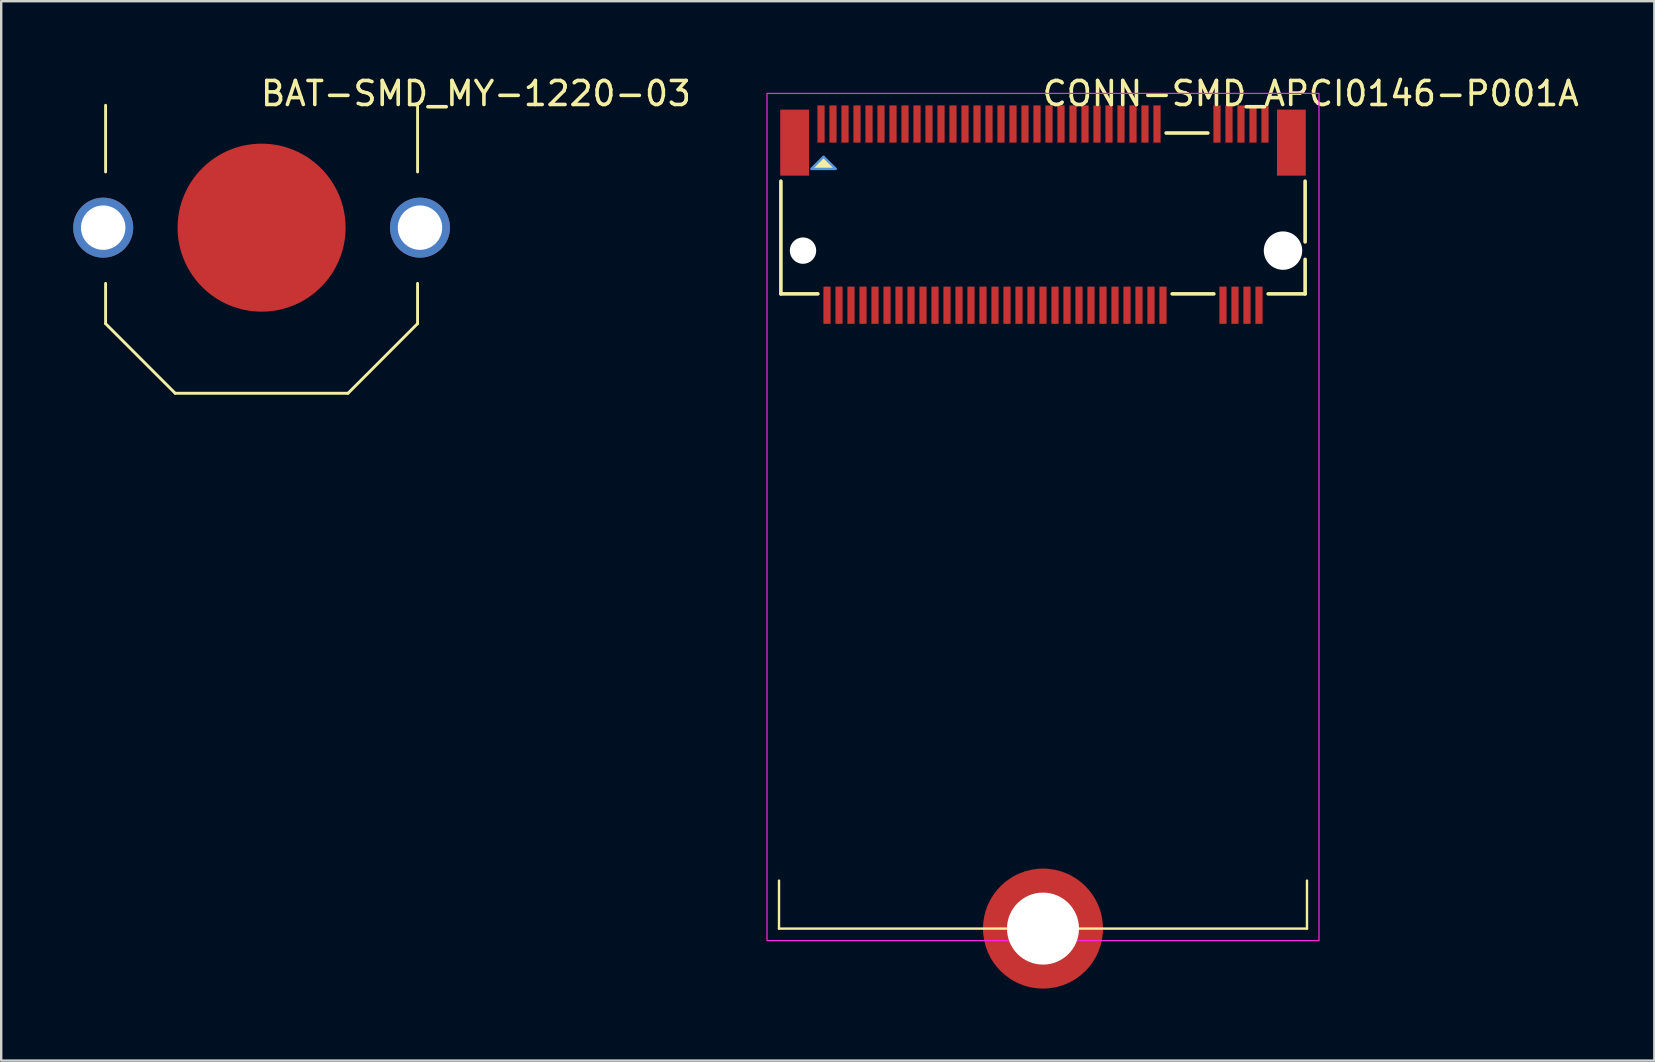
<source format=kicad_pcb>
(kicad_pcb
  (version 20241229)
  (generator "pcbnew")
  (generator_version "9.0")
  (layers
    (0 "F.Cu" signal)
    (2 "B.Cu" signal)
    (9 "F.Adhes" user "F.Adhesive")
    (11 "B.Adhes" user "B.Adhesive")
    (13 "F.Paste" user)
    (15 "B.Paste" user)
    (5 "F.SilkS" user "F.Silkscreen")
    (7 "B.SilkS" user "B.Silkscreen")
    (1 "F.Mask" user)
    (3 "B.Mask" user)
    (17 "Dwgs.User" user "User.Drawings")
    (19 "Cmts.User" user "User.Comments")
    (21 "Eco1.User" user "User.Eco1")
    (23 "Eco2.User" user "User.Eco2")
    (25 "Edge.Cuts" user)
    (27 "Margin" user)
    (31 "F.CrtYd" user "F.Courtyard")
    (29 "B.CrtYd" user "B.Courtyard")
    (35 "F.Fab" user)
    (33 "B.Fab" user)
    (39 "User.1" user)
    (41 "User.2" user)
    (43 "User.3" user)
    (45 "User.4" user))
  (footprint "BAT-SMD_MY-1220-03"
    (layer "F.Cu")
    (at 7.85 6.436)
    (property "Reference" "BAT-SMD_MY-1220-03" (at -0.12 -5.588 0) (layer "F.SilkS") (effects (font (size 1 1) (thickness 0.15)) (justify left)))
    (attr smd)
    (fp_poly (pts (xy -6.5 -5) (xy 6.5 -5) (xy 6.5 4) (xy 3.5 7) (xy -3.5 7) (xy -6.5 4)) (stroke (width 0.1) (type solid)) (fill yes) (layer "F.Mask"))
    (fp_line (start -6.5 -2.321) (end -6.5 -5.1) (stroke (width 0.12) (type solid)) (layer "F.SilkS"))
    (fp_line (start -6.5 4) (end -6.5 2.322) (stroke (width 0.12) (type solid)) (layer "F.SilkS"))
    (fp_line (start -3.6 6.901) (end -6.5 4) (stroke (width 0.12) (type solid)) (layer "F.SilkS"))
    (fp_line (start 3.601 6.901) (end -3.6 6.901) (stroke (width 0.12) (type solid)) (layer "F.SilkS"))
    (fp_line (start 6.499 2.322) (end 6.499 4) (stroke (width 0.12) (type solid)) (layer "F.SilkS"))
    (fp_line (start 6.499 4) (end 3.601 6.901) (stroke (width 0.12) (type solid)) (layer "F.SilkS"))
    (fp_line (start 6.5 -5.1) (end 6.5 -2.321) (stroke (width 0.12) (type solid)) (layer "F.SilkS"))
    (pad "" thru_hole circle (at -6.6 0) (size 2.5 2.5) (drill 1.85) (layers "*.Cu" "*.Mask"))
    (pad "1" thru_hole circle (at 6.6 0) (size 2.5 2.5) (drill 1.85) (layers "*.Cu" "*.Mask"))
    (pad "2" smd circle (at 0 0) (size 7 7) (layers "F.Cu" "F.Mask")))
  (footprint "CONN-SMD_APCI0146-P001A"
    (layer "F.Cu")
    (at 40.41 5.893)
    (property "Reference" "CONN-SMD_APCI0146-P001A" (at -0.11 -5.045 0) (layer "F.SilkS") (effects (font (size 1 1) (thickness 0.15)) (justify left)))
    (attr smd)
    (fp_line (start -11 29.75) (end -11 27.75) (stroke (width 0.1) (type default)) (layer "F.SilkS"))
    (fp_line (start -11 29.75) (end 11 29.75) (stroke (width 0.1) (type default)) (layer "F.SilkS"))
    (fp_line (start -10.922 3.302) (end -10.922 -1.394) (stroke (width 0.15) (type solid)) (layer "F.SilkS"))
    (fp_line (start -9.381 3.302) (end -10.922 3.302) (stroke (width 0.15) (type solid)) (layer "F.SilkS"))
    (fp_line (start 5.131 -3.4) (end 6.869 -3.4) (stroke (width 0.15) (type solid)) (layer "F.SilkS"))
    (fp_line (start 7.119 3.302) (end 5.381 3.302) (stroke (width 0.15) (type solid)) (layer "F.SilkS"))
    (fp_line (start 10.922 -1.394) (end 10.922 1.136) (stroke (width 0.15) (type solid)) (layer "F.SilkS"))
    (fp_line (start 10.922 1.864) (end 10.922 3.302) (stroke (width 0.15) (type solid)) (layer "F.SilkS"))
    (fp_line (start 10.922 3.302) (end 9.381 3.302) (stroke (width 0.15) (type solid)) (layer "F.SilkS"))
    (fp_line (start 11 29.75) (end 11 27.75) (stroke (width 0.1) (type default)) (layer "F.SilkS"))
    (fp_poly (pts (xy -9.144 -2.413) (xy -9.652 -1.905) (xy -8.636 -1.905)) (stroke (width 0) (type solid)) (fill yes) (layer "F.SilkS"))
    (fp_poly (pts (xy -9.144 -2.413) (xy -9.652 -1.905) (xy -8.636 -1.905)) (stroke (width 0.1) (type solid)) (fill no) (layer "Cmts.User"))
    (fp_rect (start -11.5 -5.05) (end 11.5 30.25) (stroke (width 0.05) (type default)) (fill no) (layer "F.CrtYd"))
    (pad "" np_thru_hole circle (at -10 1.5) (size 1.1 1.1) (drill 1.1) (layers "*.Cu" "*.Mask"))
    (pad "" np_thru_hole circle (at 0 29.75 180) (size 5 5) (drill 3) (layers "F.Cu" "F.Mask"))
    (pad "" np_thru_hole circle (at 10 1.5) (size 1.6 1.6) (drill 1.6) (layers "*.Cu" "*.Mask"))
    (pad "1" smd rect (at -10.35 -3) (size 1.2 2.75) (layers "F.Cu" "F.Mask" "F.Paste"))
    (pad "1" smd rect (at -9.25 -3.775) (size 0.3 1.55) (layers "F.Cu" "F.Mask" "F.Paste"))
    (pad "1" smd rect (at 10.35 -3) (size 1.2 2.75) (layers "F.Cu" "F.Mask" "F.Paste"))
    (pad "2" smd rect (at -9 3.775) (size 0.3 1.55) (layers "F.Cu" "F.Mask" "F.Paste"))
    (pad "3" smd rect (at -8.75 -3.775) (size 0.3 1.55) (layers "F.Cu" "F.Mask" "F.Paste"))
    (pad "4" smd rect (at -8.5 3.775) (size 0.3 1.55) (layers "F.Cu" "F.Mask" "F.Paste"))
    (pad "5" smd rect (at -8.25 -3.775) (size 0.3 1.55) (layers "F.Cu" "F.Mask" "F.Paste"))
    (pad "6" smd rect (at -8 3.775) (size 0.3 1.55) (layers "F.Cu" "F.Mask" "F.Paste"))
    (pad "7" smd rect (at -7.75 -3.775) (size 0.3 1.55) (layers "F.Cu" "F.Mask" "F.Paste"))
    (pad "8" smd rect (at -7.5 3.775) (size 0.3 1.55) (layers "F.Cu" "F.Mask" "F.Paste"))
    (pad "9" smd rect (at -7.25 -3.775) (size 0.3 1.55) (layers "F.Cu" "F.Mask" "F.Paste"))
    (pad "10" smd rect (at -7 3.775) (size 0.3 1.55) (layers "F.Cu" "F.Mask" "F.Paste"))
    (pad "11" smd rect (at -6.75 -3.775) (size 0.3 1.55) (layers "F.Cu" "F.Mask" "F.Paste"))
    (pad "12" smd rect (at -6.5 3.775) (size 0.3 1.55) (layers "F.Cu" "F.Mask" "F.Paste"))
    (pad "13" smd rect (at -6.25 -3.775) (size 0.3 1.55) (layers "F.Cu" "F.Mask" "F.Paste"))
    (pad "14" smd rect (at -6 3.775) (size 0.3 1.55) (layers "F.Cu" "F.Mask" "F.Paste"))
    (pad "15" smd rect (at -5.75 -3.775) (size 0.3 1.55) (layers "F.Cu" "F.Mask" "F.Paste"))
    (pad "16" smd rect (at -5.5 3.775) (size 0.3 1.55) (layers "F.Cu" "F.Mask" "F.Paste"))
    (pad "17" smd rect (at -5.25 -3.775) (size 0.3 1.55) (layers "F.Cu" "F.Mask" "F.Paste"))
    (pad "18" smd rect (at -5 3.775) (size 0.3 1.55) (layers "F.Cu" "F.Mask" "F.Paste"))
    (pad "19" smd rect (at -4.75 -3.775) (size 0.3 1.55) (layers "F.Cu" "F.Mask" "F.Paste"))
    (pad "20" smd rect (at -4.5 3.775) (size 0.3 1.55) (layers "F.Cu" "F.Mask" "F.Paste"))
    (pad "21" smd rect (at -4.25 -3.775) (size 0.3 1.55) (layers "F.Cu" "F.Mask" "F.Paste"))
    (pad "22" smd rect (at -4 3.775) (size 0.3 1.55) (layers "F.Cu" "F.Mask" "F.Paste"))
    (pad "23" smd rect (at -3.75 -3.775) (size 0.3 1.55) (layers "F.Cu" "F.Mask" "F.Paste"))
    (pad "24" smd rect (at -3.5 3.775) (size 0.3 1.55) (layers "F.Cu" "F.Mask" "F.Paste"))
    (pad "25" smd rect (at -3.25 -3.775) (size 0.3 1.55) (layers "F.Cu" "F.Mask" "F.Paste"))
    (pad "26" smd rect (at -3 3.775) (size 0.3 1.55) (layers "F.Cu" "F.Mask" "F.Paste"))
    (pad "27" smd rect (at -2.75 -3.775) (size 0.3 1.55) (layers "F.Cu" "F.Mask" "F.Paste"))
    (pad "28" smd rect (at -2.5 3.775) (size 0.3 1.55) (layers "F.Cu" "F.Mask" "F.Paste"))
    (pad "29" smd rect (at -2.25 -3.775) (size 0.3 1.55) (layers "F.Cu" "F.Mask" "F.Paste"))
    (pad "30" smd rect (at -2 3.775) (size 0.3 1.55) (layers "F.Cu" "F.Mask" "F.Paste"))
    (pad "31" smd rect (at -1.75 -3.775) (size 0.3 1.55) (layers "F.Cu" "F.Mask" "F.Paste"))
    (pad "32" smd rect (at -1.5 3.775) (size 0.3 1.55) (layers "F.Cu" "F.Mask" "F.Paste"))
    (pad "33" smd rect (at -1.25 -3.775) (size 0.3 1.55) (layers "F.Cu" "F.Mask" "F.Paste"))
    (pad "34" smd rect (at -1 3.775) (size 0.3 1.55) (layers "F.Cu" "F.Mask" "F.Paste"))
    (pad "35" smd rect (at -0.75 -3.775) (size 0.3 1.55) (layers "F.Cu" "F.Mask" "F.Paste"))
    (pad "36" smd rect (at -0.5 3.775) (size 0.3 1.55) (layers "F.Cu" "F.Mask" "F.Paste"))
    (pad "37" smd rect (at -0.25 -3.775) (size 0.3 1.55) (layers "F.Cu" "F.Mask" "F.Paste"))
    (pad "38" smd rect (at 0 3.775) (size 0.3 1.55) (layers "F.Cu" "F.Mask" "F.Paste"))
    (pad "39" smd rect (at 0.25 -3.775) (size 0.3 1.55) (layers "F.Cu" "F.Mask" "F.Paste"))
    (pad "40" smd rect (at 0.5 3.775) (size 0.3 1.55) (layers "F.Cu" "F.Mask" "F.Paste"))
    (pad "41" smd rect (at 0.75 -3.775) (size 0.3 1.55) (layers "F.Cu" "F.Mask" "F.Paste"))
    (pad "42" smd rect (at 1 3.775) (size 0.3 1.55) (layers "F.Cu" "F.Mask" "F.Paste"))
    (pad "43" smd rect (at 1.25 -3.775) (size 0.3 1.55) (layers "F.Cu" "F.Mask" "F.Paste"))
    (pad "44" smd rect (at 1.5 3.775) (size 0.3 1.55) (layers "F.Cu" "F.Mask" "F.Paste"))
    (pad "45" smd rect (at 1.75 -3.775) (size 0.3 1.55) (layers "F.Cu" "F.Mask" "F.Paste"))
    (pad "46" smd rect (at 2 3.775) (size 0.3 1.55) (layers "F.Cu" "F.Mask" "F.Paste"))
    (pad "47" smd rect (at 2.25 -3.775) (size 0.3 1.55) (layers "F.Cu" "F.Mask" "F.Paste"))
    (pad "48" smd rect (at 2.5 3.775) (size 0.3 1.55) (layers "F.Cu" "F.Mask" "F.Paste"))
    (pad "49" smd rect (at 2.75 -3.775) (size 0.3 1.55) (layers "F.Cu" "F.Mask" "F.Paste"))
    (pad "50" smd rect (at 3 3.775) (size 0.3 1.55) (layers "F.Cu" "F.Mask" "F.Paste"))
    (pad "51" smd rect (at 3.25 -3.775) (size 0.3 1.55) (layers "F.Cu" "F.Mask" "F.Paste"))
    (pad "52" smd rect (at 3.5 3.775) (size 0.3 1.55) (layers "F.Cu" "F.Mask" "F.Paste"))
    (pad "53" smd rect (at 3.75 -3.775) (size 0.3 1.55) (layers "F.Cu" "F.Mask" "F.Paste"))
    (pad "54" smd rect (at 4 3.775) (size 0.3 1.55) (layers "F.Cu" "F.Mask" "F.Paste"))
    (pad "55" smd rect (at 4.25 -3.775) (size 0.3 1.55) (layers "F.Cu" "F.Mask" "F.Paste"))
    (pad "56" smd rect (at 4.5 3.775) (size 0.3 1.55) (layers "F.Cu" "F.Mask" "F.Paste"))
    (pad "57" smd rect (at 4.75 -3.775) (size 0.3 1.55) (layers "F.Cu" "F.Mask" "F.Paste"))
    (pad "58" smd rect (at 5 3.775) (size 0.3 1.55) (layers "F.Cu" "F.Mask" "F.Paste"))
    (pad "67" smd rect (at 7.25 -3.775) (size 0.3 1.55) (layers "F.Cu" "F.Mask" "F.Paste"))
    (pad "68" smd rect (at 7.5 3.775) (size 0.3 1.55) (layers "F.Cu" "F.Mask" "F.Paste"))
    (pad "69" smd rect (at 7.75 -3.775) (size 0.3 1.55) (layers "F.Cu" "F.Mask" "F.Paste"))
    (pad "70" smd rect (at 8 3.775) (size 0.3 1.55) (layers "F.Cu" "F.Mask" "F.Paste"))
    (pad "71" smd rect (at 8.25 -3.775) (size 0.3 1.55) (layers "F.Cu" "F.Mask" "F.Paste"))
    (pad "72" smd rect (at 8.5 3.775) (size 0.3 1.55) (layers "F.Cu" "F.Mask" "F.Paste"))
    (pad "73" smd rect (at 8.75 -3.775) (size 0.3 1.55) (layers "F.Cu" "F.Mask" "F.Paste"))
    (pad "74" smd rect (at 9 3.775) (size 0.3 1.55) (layers "F.Cu" "F.Mask" "F.Paste"))
    (pad "75" smd rect (at 9.25 -3.775) (size 0.3 1.55) (layers "F.Cu" "F.Mask" "F.Paste")))
  (gr_rect
    (start -3 -3)
    (end 65.883 41.143)
    (stroke (width 0.1) (type default))
    (fill no)
    (layer "Edge.Cuts")))
</source>
